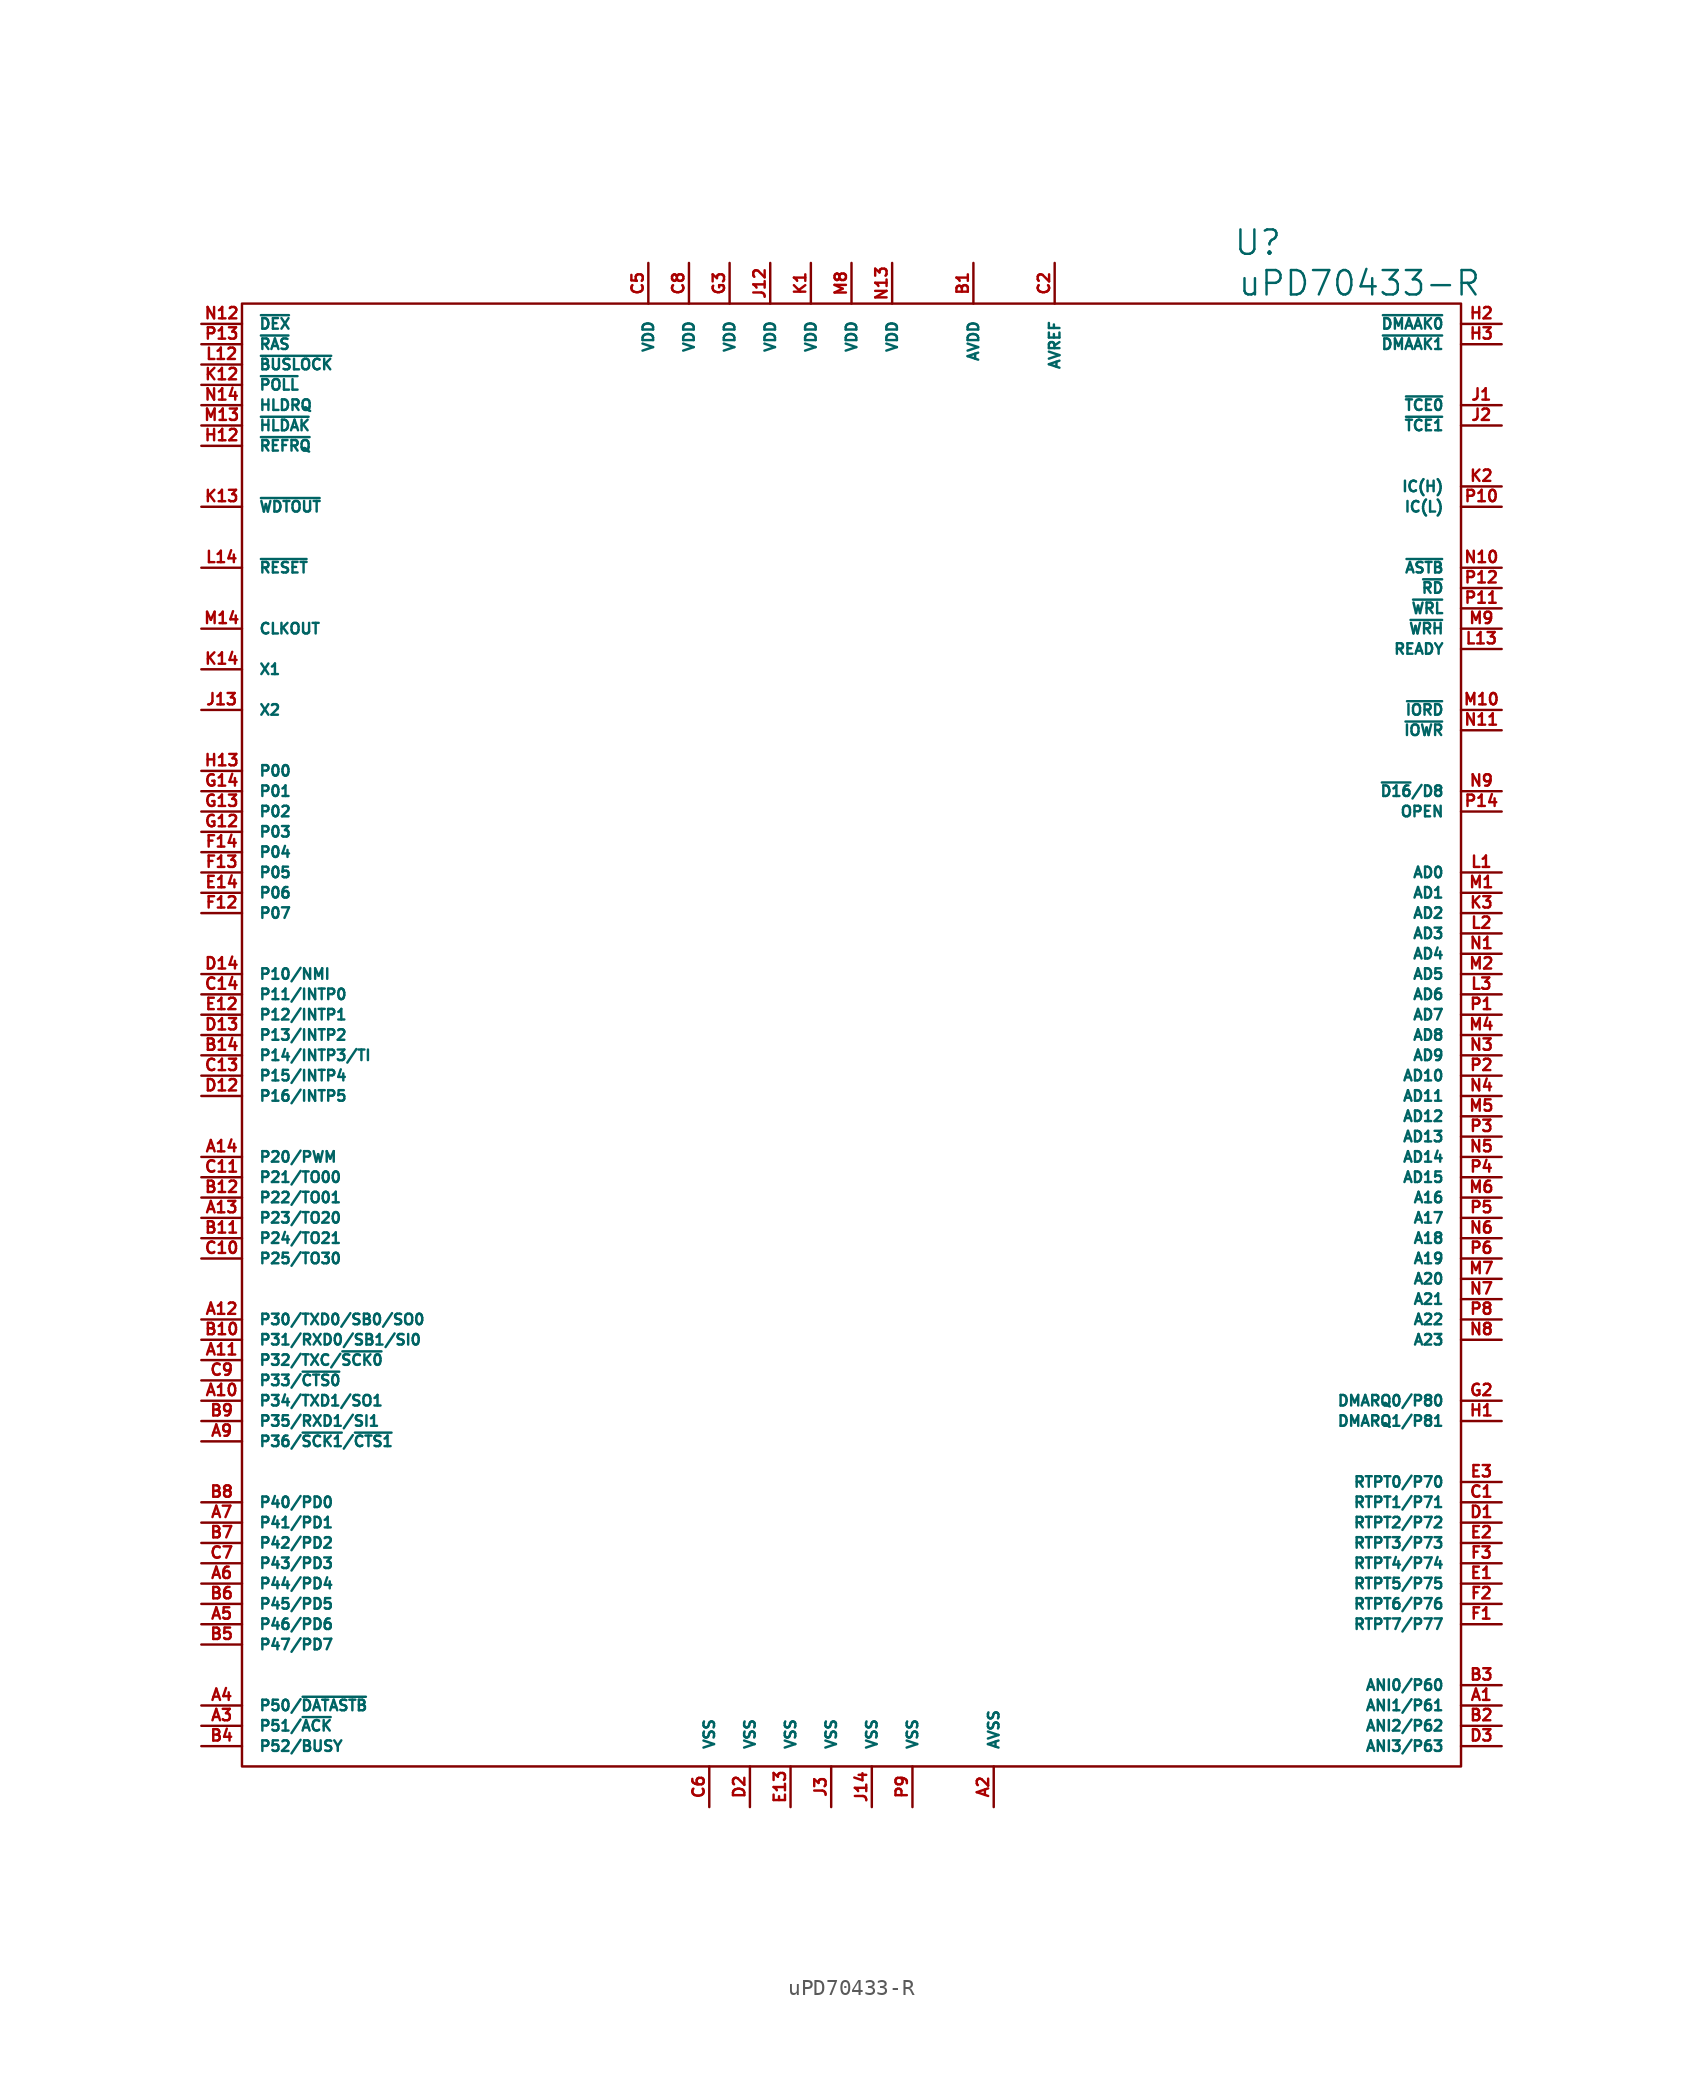
<source format=kicad_sym>
(kicad_symbol_lib
  (version 20220914)
  (generator kicad_symbol_editor)
  (symbol "uPD70433-R"
    (pin_names
      (offset 1.016))
    (property "Reference" "U"
      (at 25.4 49.53 0)
      (effects (font (size 1.524 1.524))))
    (property "Value" "uPD70433-R"
      (at 31.75 46.99 0)
      (effects (font (size 1.524 1.524))))
    (property "Footprint" ""
      (at 0 2.54 0)
      (effects (font (size 1.524 1.524))))
    (property "Datasheet" ""
      (at 0 0 0)
      (effects (font (size 1.524 1.524))))
    (symbol "uPD70433-R_0_1"
      (rectangle (start -38.1 45.72) (end 38.1 -45.72) (stroke (width 0) (type solid)) (fill (type none))))
    (symbol "uPD70433-R_1_1"
      (pin passive line (at 40.64 -41.91 180) (length 2.54) (name "ANI1/P61" (effects (font (size 0.66 0.66)))) (number "A1" (effects (font (size 0.711 0.711)))))
      (pin passive line (at -40.64 -22.86 0) (length 2.54) (name "P34/TXD1/SO1" (effects (font (size 0.66 0.66)))) (number "A10" (effects (font (size 0.711 0.711)))))
      (pin passive line (at -40.64 -20.32 0) (length 2.54) (name "P32/TXC/~{SCK0}" (effects (font (size 0.66 0.66)))) (number "A11" (effects (font (size 0.711 0.711)))))
      (pin passive line (at -40.64 -17.78 0) (length 2.54) (name "P30/TXD0/SB0/SO0" (effects (font (size 0.66 0.66)))) (number "A12" (effects (font (size 0.711 0.711)))))
      (pin passive line (at -40.64 -11.43 0) (length 2.54) (name "P23/TO20" (effects (font (size 0.66 0.66)))) (number "A13" (effects (font (size 0.711 0.711)))))
      (pin passive line (at -40.64 -7.62 0) (length 2.54) (name "P20/PWM" (effects (font (size 0.66 0.66)))) (number "A14" (effects (font (size 0.711 0.711)))))
      (pin passive line (at 8.89 -48.26 90) (length 2.54) (name "AVSS" (effects (font (size 0.66 0.66)))) (number "A2" (effects (font (size 0.711 0.711)))))
      (pin passive line (at -40.64 -43.18 0) (length 2.54) (name "P51/~{ACK}" (effects (font (size 0.66 0.66)))) (number "A3" (effects (font (size 0.711 0.711)))))
      (pin passive line (at -40.64 -41.91 0) (length 2.54) (name "P50/~{DATASTB}" (effects (font (size 0.66 0.66)))) (number "A4" (effects (font (size 0.711 0.711)))))
      (pin passive line (at -40.64 -36.83 0) (length 2.54) (name "P46/PD6" (effects (font (size 0.66 0.66)))) (number "A5" (effects (font (size 0.711 0.711)))))
      (pin passive line (at -40.64 -34.29 0) (length 2.54) (name "P44/PD4" (effects (font (size 0.66 0.66)))) (number "A6" (effects (font (size 0.711 0.711)))))
      (pin passive line (at -40.64 -30.48 0) (length 2.54) (name "P41/PD1" (effects (font (size 0.66 0.66)))) (number "A7" (effects (font (size 0.711 0.711)))))
      (pin passive line (at -40.64 -25.4 0) (length 2.54) (name "P36/~{SCK1}/~{CTS1}" (effects (font (size 0.66 0.66)))) (number "A9" (effects (font (size 0.711 0.711)))))
      (pin passive line (at 7.62 48.26 270) (length 2.54) (name "AVDD" (effects (font (size 0.66 0.66)))) (number "B1" (effects (font (size 0.711 0.711)))))
      (pin passive line (at -40.64 -19.05 0) (length 2.54) (name "P31/RXD0/SB1/SI0" (effects (font (size 0.66 0.66)))) (number "B10" (effects (font (size 0.711 0.711)))))
      (pin passive line (at -40.64 -12.7 0) (length 2.54) (name "P24/TO21" (effects (font (size 0.66 0.66)))) (number "B11" (effects (font (size 0.711 0.711)))))
      (pin passive line (at -40.64 -10.16 0) (length 2.54) (name "P22/TO01" (effects (font (size 0.66 0.66)))) (number "B12" (effects (font (size 0.711 0.711)))))
      (pin passive line (at -40.64 -1.27 0) (length 2.54) (name "P14/INTP3/TI" (effects (font (size 0.66 0.66)))) (number "B14" (effects (font (size 0.711 0.711)))))
      (pin passive line (at 40.64 -43.18 180) (length 2.54) (name "ANI2/P62" (effects (font (size 0.66 0.66)))) (number "B2" (effects (font (size 0.711 0.711)))))
      (pin passive line (at 40.64 -40.64 180) (length 2.54) (name "ANI0/P60" (effects (font (size 0.66 0.66)))) (number "B3" (effects (font (size 0.711 0.711)))))
      (pin passive line (at -40.64 -44.45 0) (length 2.54) (name "P52/BUSY" (effects (font (size 0.66 0.66)))) (number "B4" (effects (font (size 0.711 0.711)))))
      (pin passive line (at -40.64 -38.1 0) (length 2.54) (name "P47/PD7" (effects (font (size 0.66 0.66)))) (number "B5" (effects (font (size 0.711 0.711)))))
      (pin passive line (at -40.64 -35.56 0) (length 2.54) (name "P45/PD5" (effects (font (size 0.66 0.66)))) (number "B6" (effects (font (size 0.711 0.711)))))
      (pin passive line (at -40.64 -31.75 0) (length 2.54) (name "P42/PD2" (effects (font (size 0.66 0.66)))) (number "B7" (effects (font (size 0.711 0.711)))))
      (pin passive line (at -40.64 -29.21 0) (length 2.54) (name "P40/PD0" (effects (font (size 0.66 0.66)))) (number "B8" (effects (font (size 0.711 0.711)))))
      (pin passive line (at -40.64 -24.13 0) (length 2.54) (name "P35/RXD1/SI1" (effects (font (size 0.66 0.66)))) (number "B9" (effects (font (size 0.711 0.711)))))
      (pin passive line (at 40.64 -29.21 180) (length 2.54) (name "RTPT1/P71" (effects (font (size 0.66 0.66)))) (number "C1" (effects (font (size 0.711 0.711)))))
      (pin passive line (at -40.64 -13.97 0) (length 2.54) (name "P25/TO30" (effects (font (size 0.66 0.66)))) (number "C10" (effects (font (size 0.711 0.711)))))
      (pin passive line (at -40.64 -8.89 0) (length 2.54) (name "P21/TO00" (effects (font (size 0.66 0.66)))) (number "C11" (effects (font (size 0.711 0.711)))))
      (pin passive line (at -40.64 -2.54 0) (length 2.54) (name "P15/INTP4" (effects (font (size 0.66 0.66)))) (number "C13" (effects (font (size 0.711 0.711)))))
      (pin passive line (at -40.64 2.54 0) (length 2.54) (name "P11/INTP0" (effects (font (size 0.66 0.66)))) (number "C14" (effects (font (size 0.711 0.711)))))
      (pin passive line (at 12.7 48.26 270) (length 2.54) (name "AVREF" (effects (font (size 0.66 0.66)))) (number "C2" (effects (font (size 0.711 0.711)))))
      (pin passive line (at -12.7 48.26 270) (length 2.54) (name "VDD" (effects (font (size 0.66 0.66)))) (number "C5" (effects (font (size 0.711 0.711)))))
      (pin passive line (at -8.89 -48.26 90) (length 2.54) (name "VSS" (effects (font (size 0.66 0.66)))) (number "C6" (effects (font (size 0.711 0.711)))))
      (pin passive line (at -40.64 -33.02 0) (length 2.54) (name "P43/PD3" (effects (font (size 0.66 0.66)))) (number "C7" (effects (font (size 0.711 0.711)))))
      (pin passive line (at -10.16 48.26 270) (length 2.54) (name "VDD" (effects (font (size 0.66 0.66)))) (number "C8" (effects (font (size 0.711 0.711)))))
      (pin passive line (at -40.64 -21.59 0) (length 2.54) (name "P33/~{CTS0}" (effects (font (size 0.66 0.66)))) (number "C9" (effects (font (size 0.711 0.711)))))
      (pin passive line (at 40.64 -30.48 180) (length 2.54) (name "RTPT2/P72" (effects (font (size 0.66 0.66)))) (number "D1" (effects (font (size 0.711 0.711)))))
      (pin passive line (at -40.64 -3.81 0) (length 2.54) (name "P16/INTP5" (effects (font (size 0.66 0.66)))) (number "D12" (effects (font (size 0.711 0.711)))))
      (pin passive line (at -40.64 0 0) (length 2.54) (name "P13/INTP2" (effects (font (size 0.66 0.66)))) (number "D13" (effects (font (size 0.711 0.711)))))
      (pin passive line (at -40.64 3.81 0) (length 2.54) (name "P10/NMI" (effects (font (size 0.66 0.66)))) (number "D14" (effects (font (size 0.711 0.711)))))
      (pin passive line (at -6.35 -48.26 90) (length 2.54) (name "VSS" (effects (font (size 0.66 0.66)))) (number "D2" (effects (font (size 0.711 0.711)))))
      (pin passive line (at 40.64 -44.45 180) (length 2.54) (name "ANI3/P63" (effects (font (size 0.66 0.66)))) (number "D3" (effects (font (size 0.711 0.711)))))
      (pin passive line (at 40.64 -34.29 180) (length 2.54) (name "RTPT5/P75" (effects (font (size 0.66 0.66)))) (number "E1" (effects (font (size 0.711 0.711)))))
      (pin passive line (at -40.64 1.27 0) (length 2.54) (name "P12/INTP1" (effects (font (size 0.66 0.66)))) (number "E12" (effects (font (size 0.711 0.711)))))
      (pin passive line (at -3.81 -48.26 90) (length 2.54) (name "VSS" (effects (font (size 0.66 0.66)))) (number "E13" (effects (font (size 0.711 0.711)))))
      (pin passive line (at -40.64 8.89 0) (length 2.54) (name "P06" (effects (font (size 0.66 0.66)))) (number "E14" (effects (font (size 0.711 0.711)))))
      (pin passive line (at 40.64 -31.75 180) (length 2.54) (name "RTPT3/P73" (effects (font (size 0.66 0.66)))) (number "E2" (effects (font (size 0.711 0.711)))))
      (pin passive line (at 40.64 -27.94 180) (length 2.54) (name "RTPT0/P70" (effects (font (size 0.66 0.66)))) (number "E3" (effects (font (size 0.711 0.711)))))
      (pin passive line (at 40.64 -36.83 180) (length 2.54) (name "RTPT7/P77" (effects (font (size 0.66 0.66)))) (number "F1" (effects (font (size 0.711 0.711)))))
      (pin passive line (at -40.64 7.62 0) (length 2.54) (name "P07" (effects (font (size 0.66 0.66)))) (number "F12" (effects (font (size 0.711 0.711)))))
      (pin passive line (at -40.64 10.16 0) (length 2.54) (name "P05" (effects (font (size 0.66 0.66)))) (number "F13" (effects (font (size 0.711 0.711)))))
      (pin passive line (at -40.64 11.43 0) (length 2.54) (name "P04" (effects (font (size 0.66 0.66)))) (number "F14" (effects (font (size 0.711 0.711)))))
      (pin passive line (at 40.64 -35.56 180) (length 2.54) (name "RTPT6/P76" (effects (font (size 0.66 0.66)))) (number "F2" (effects (font (size 0.711 0.711)))))
      (pin passive line (at 40.64 -33.02 180) (length 2.54) (name "RTPT4/P74" (effects (font (size 0.66 0.66)))) (number "F3" (effects (font (size 0.711 0.711)))))
      (pin passive line (at -40.64 12.7 0) (length 2.54) (name "P03" (effects (font (size 0.66 0.66)))) (number "G12" (effects (font (size 0.711 0.711)))))
      (pin passive line (at -40.64 13.97 0) (length 2.54) (name "P02" (effects (font (size 0.66 0.66)))) (number "G13" (effects (font (size 0.711 0.711)))))
      (pin passive line (at -40.64 15.24 0) (length 2.54) (name "P01" (effects (font (size 0.66 0.66)))) (number "G14" (effects (font (size 0.711 0.711)))))
      (pin passive line (at 40.64 -22.86 180) (length 2.54) (name "DMARQ0/P80" (effects (font (size 0.66 0.66)))) (number "G2" (effects (font (size 0.711 0.711)))))
      (pin passive line (at -7.62 48.26 270) (length 2.54) (name "VDD" (effects (font (size 0.66 0.66)))) (number "G3" (effects (font (size 0.711 0.711)))))
      (pin passive line (at 40.64 -24.13 180) (length 2.54) (name "DMARQ1/P81" (effects (font (size 0.66 0.66)))) (number "H1" (effects (font (size 0.711 0.711)))))
      (pin passive line (at -40.64 36.83 0) (length 2.54) (name "~{REFRQ}" (effects (font (size 0.66 0.66)))) (number "H12" (effects (font (size 0.711 0.711)))))
      (pin passive line (at -40.64 16.51 0) (length 2.54) (name "P00" (effects (font (size 0.66 0.66)))) (number "H13" (effects (font (size 0.711 0.711)))))
      (pin passive line (at 40.64 44.45 180) (length 2.54) (name "~{DMAAK0}" (effects (font (size 0.66 0.66)))) (number "H2" (effects (font (size 0.711 0.711)))))
      (pin passive line (at 40.64 43.18 180) (length 2.54) (name "~{DMAAK1}" (effects (font (size 0.66 0.66)))) (number "H3" (effects (font (size 0.711 0.711)))))
      (pin passive line (at 40.64 39.37 180) (length 2.54) (name "~{TCE0}" (effects (font (size 0.66 0.66)))) (number "J1" (effects (font (size 0.711 0.711)))))
      (pin passive line (at -5.08 48.26 270) (length 2.54) (name "VDD" (effects (font (size 0.66 0.66)))) (number "J12" (effects (font (size 0.711 0.711)))))
      (pin passive line (at -40.64 20.32 0) (length 2.54) (name "X2" (effects (font (size 0.66 0.66)))) (number "J13" (effects (font (size 0.711 0.711)))))
      (pin passive line (at 1.27 -48.26 90) (length 2.54) (name "VSS" (effects (font (size 0.66 0.66)))) (number "J14" (effects (font (size 0.711 0.711)))))
      (pin passive line (at 40.64 38.1 180) (length 2.54) (name "~{TCE1}" (effects (font (size 0.66 0.66)))) (number "J2" (effects (font (size 0.711 0.711)))))
      (pin passive line (at -1.27 -48.26 90) (length 2.54) (name "VSS" (effects (font (size 0.66 0.66)))) (number "J3" (effects (font (size 0.711 0.711)))))
      (pin passive line (at -2.54 48.26 270) (length 2.54) (name "VDD" (effects (font (size 0.66 0.66)))) (number "K1" (effects (font (size 0.711 0.711)))))
      (pin passive line (at -40.64 40.64 0) (length 2.54) (name "~{POLL}" (effects (font (size 0.66 0.66)))) (number "K12" (effects (font (size 0.711 0.711)))))
      (pin passive line (at -40.64 33.02 0) (length 2.54) (name "~{WDTOUT}" (effects (font (size 0.66 0.66)))) (number "K13" (effects (font (size 0.711 0.711)))))
      (pin passive line (at -40.64 22.86 0) (length 2.54) (name "X1" (effects (font (size 0.66 0.66)))) (number "K14" (effects (font (size 0.711 0.711)))))
      (pin passive line (at 40.64 34.29 180) (length 2.54) (name "IC(H)" (effects (font (size 0.66 0.66)))) (number "K2" (effects (font (size 0.711 0.711)))))
      (pin passive line (at 40.64 7.62 180) (length 2.54) (name "AD2" (effects (font (size 0.66 0.66)))) (number "K3" (effects (font (size 0.711 0.711)))))
      (pin passive line (at 40.64 10.16 180) (length 2.54) (name "AD0" (effects (font (size 0.66 0.66)))) (number "L1" (effects (font (size 0.711 0.711)))))
      (pin passive line (at -40.64 41.91 0) (length 2.54) (name "~{BUSLOCK}" (effects (font (size 0.66 0.66)))) (number "L12" (effects (font (size 0.711 0.711)))))
      (pin passive line (at 40.64 24.13 180) (length 2.54) (name "READY" (effects (font (size 0.66 0.66)))) (number "L13" (effects (font (size 0.711 0.711)))))
      (pin passive line (at -40.64 29.21 0) (length 2.54) (name "~{RESET}" (effects (font (size 0.66 0.66)))) (number "L14" (effects (font (size 0.711 0.711)))))
      (pin passive line (at 40.64 6.35 180) (length 2.54) (name "AD3" (effects (font (size 0.66 0.66)))) (number "L2" (effects (font (size 0.711 0.711)))))
      (pin passive line (at 40.64 2.54 180) (length 2.54) (name "AD6" (effects (font (size 0.66 0.66)))) (number "L3" (effects (font (size 0.711 0.711)))))
      (pin passive line (at 40.64 8.89 180) (length 2.54) (name "AD1" (effects (font (size 0.66 0.66)))) (number "M1" (effects (font (size 0.711 0.711)))))
      (pin passive line (at 40.64 20.32 180) (length 2.54) (name "~{IORD}" (effects (font (size 0.66 0.66)))) (number "M10" (effects (font (size 0.711 0.711)))))
      (pin passive line (at -40.64 38.1 0) (length 2.54) (name "~{HLDAK}" (effects (font (size 0.66 0.66)))) (number "M13" (effects (font (size 0.711 0.711)))))
      (pin passive line (at -40.64 25.4 0) (length 2.54) (name "CLKOUT" (effects (font (size 0.66 0.66)))) (number "M14" (effects (font (size 0.711 0.711)))))
      (pin passive line (at 40.64 3.81 180) (length 2.54) (name "AD5" (effects (font (size 0.66 0.66)))) (number "M2" (effects (font (size 0.711 0.711)))))
      (pin passive line (at 40.64 0 180) (length 2.54) (name "AD8" (effects (font (size 0.66 0.66)))) (number "M4" (effects (font (size 0.711 0.711)))))
      (pin passive line (at 40.64 -5.08 180) (length 2.54) (name "AD12" (effects (font (size 0.66 0.66)))) (number "M5" (effects (font (size 0.711 0.711)))))
      (pin passive line (at 40.64 -10.16 180) (length 2.54) (name "A16" (effects (font (size 0.66 0.66)))) (number "M6" (effects (font (size 0.711 0.711)))))
      (pin passive line (at 40.64 -15.24 180) (length 2.54) (name "A20" (effects (font (size 0.66 0.66)))) (number "M7" (effects (font (size 0.711 0.711)))))
      (pin passive line (at 0 48.26 270) (length 2.54) (name "VDD" (effects (font (size 0.66 0.66)))) (number "M8" (effects (font (size 0.711 0.711)))))
      (pin passive line (at 40.64 25.4 180) (length 2.54) (name "~{WRH}" (effects (font (size 0.66 0.66)))) (number "M9" (effects (font (size 0.711 0.711)))))
      (pin passive line (at 40.64 5.08 180) (length 2.54) (name "AD4" (effects (font (size 0.66 0.66)))) (number "N1" (effects (font (size 0.711 0.711)))))
      (pin passive line (at 40.64 29.21 180) (length 2.54) (name "~{ASTB}" (effects (font (size 0.66 0.66)))) (number "N10" (effects (font (size 0.711 0.711)))))
      (pin passive line (at 40.64 19.05 180) (length 2.54) (name "~{IOWR}" (effects (font (size 0.66 0.66)))) (number "N11" (effects (font (size 0.711 0.711)))))
      (pin passive line (at -40.64 44.45 0) (length 2.54) (name "~{DEX}" (effects (font (size 0.66 0.66)))) (number "N12" (effects (font (size 0.711 0.711)))))
      (pin passive line (at 2.54 48.26 270) (length 2.54) (name "VDD" (effects (font (size 0.66 0.66)))) (number "N13" (effects (font (size 0.711 0.711)))))
      (pin passive line (at -40.64 39.37 0) (length 2.54) (name "HLDRQ" (effects (font (size 0.66 0.66)))) (number "N14" (effects (font (size 0.711 0.711)))))
      (pin passive line (at 40.64 -1.27 180) (length 2.54) (name "AD9" (effects (font (size 0.66 0.66)))) (number "N3" (effects (font (size 0.711 0.711)))))
      (pin passive line (at 40.64 -3.81 180) (length 2.54) (name "AD11" (effects (font (size 0.66 0.66)))) (number "N4" (effects (font (size 0.711 0.711)))))
      (pin passive line (at 40.64 -7.62 180) (length 2.54) (name "AD14" (effects (font (size 0.66 0.66)))) (number "N5" (effects (font (size 0.711 0.711)))))
      (pin passive line (at 40.64 -12.7 180) (length 2.54) (name "A18" (effects (font (size 0.66 0.66)))) (number "N6" (effects (font (size 0.711 0.711)))))
      (pin passive line (at 40.64 -16.51 180) (length 2.54) (name "A21" (effects (font (size 0.66 0.66)))) (number "N7" (effects (font (size 0.711 0.711)))))
      (pin passive line (at 40.64 -19.05 180) (length 2.54) (name "A23" (effects (font (size 0.66 0.66)))) (number "N8" (effects (font (size 0.711 0.711)))))
      (pin passive line (at 40.64 15.24 180) (length 2.54) (name "~{D16}/D8" (effects (font (size 0.66 0.66)))) (number "N9" (effects (font (size 0.711 0.711)))))
      (pin passive line (at 40.64 1.27 180) (length 2.54) (name "AD7" (effects (font (size 0.66 0.66)))) (number "P1" (effects (font (size 0.711 0.711)))))
      (pin passive line (at 40.64 33.02 180) (length 2.54) (name "IC(L)" (effects (font (size 0.66 0.66)))) (number "P10" (effects (font (size 0.711 0.711)))))
      (pin passive line (at 40.64 26.67 180) (length 2.54) (name "~{WRL}" (effects (font (size 0.66 0.66)))) (number "P11" (effects (font (size 0.711 0.711)))))
      (pin passive line (at 40.64 27.94 180) (length 2.54) (name "~{RD}" (effects (font (size 0.66 0.66)))) (number "P12" (effects (font (size 0.711 0.711)))))
      (pin passive line (at -40.64 43.18 0) (length 2.54) (name "~{RAS}" (effects (font (size 0.66 0.66)))) (number "P13" (effects (font (size 0.711 0.711)))))
      (pin passive line (at 40.64 13.97 180) (length 2.54) (name "OPEN" (effects (font (size 0.66 0.66)))) (number "P14" (effects (font (size 0.711 0.711)))))
      (pin passive line (at 40.64 -2.54 180) (length 2.54) (name "AD10" (effects (font (size 0.66 0.66)))) (number "P2" (effects (font (size 0.711 0.711)))))
      (pin passive line (at 40.64 -6.35 180) (length 2.54) (name "AD13" (effects (font (size 0.66 0.66)))) (number "P3" (effects (font (size 0.711 0.711)))))
      (pin passive line (at 40.64 -8.89 180) (length 2.54) (name "AD15" (effects (font (size 0.66 0.66)))) (number "P4" (effects (font (size 0.711 0.711)))))
      (pin passive line (at 40.64 -11.43 180) (length 2.54) (name "A17" (effects (font (size 0.66 0.66)))) (number "P5" (effects (font (size 0.711 0.711)))))
      (pin passive line (at 40.64 -13.97 180) (length 2.54) (name "A19" (effects (font (size 0.66 0.66)))) (number "P6" (effects (font (size 0.711 0.711)))))
      (pin passive line (at 40.64 -17.78 180) (length 2.54) (name "A22" (effects (font (size 0.66 0.66)))) (number "P8" (effects (font (size 0.711 0.711)))))
      (pin passive line (at 3.81 -48.26 90) (length 2.54) (name "VSS" (effects (font (size 0.66 0.66)))) (number "P9" (effects (font (size 0.711 0.711))))))))
</source>
